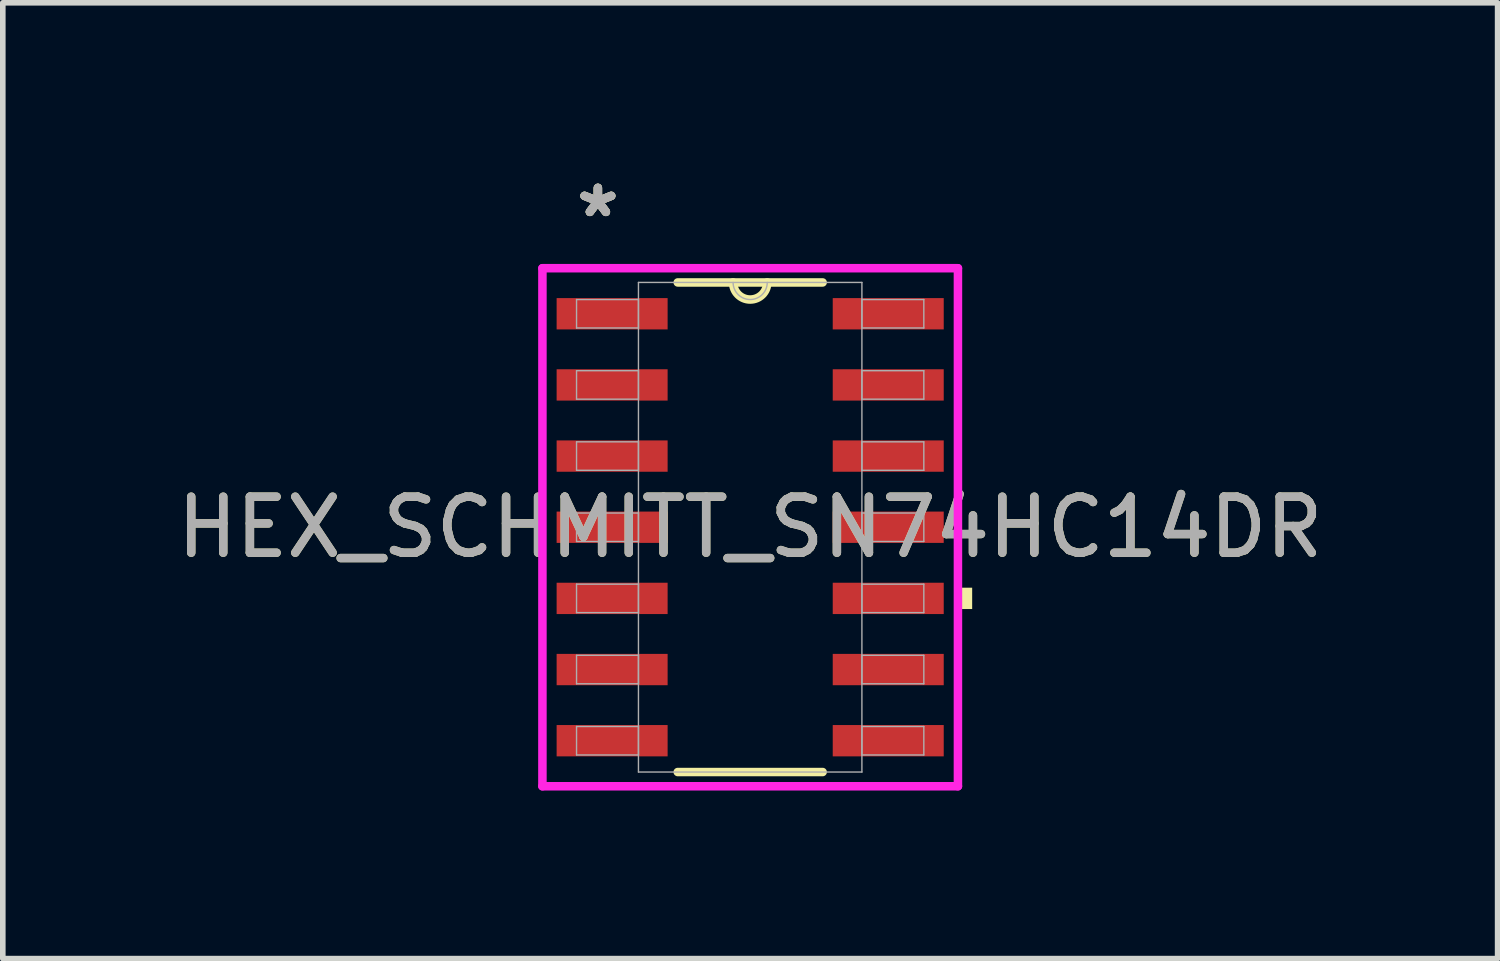
<source format=kicad_pcb>
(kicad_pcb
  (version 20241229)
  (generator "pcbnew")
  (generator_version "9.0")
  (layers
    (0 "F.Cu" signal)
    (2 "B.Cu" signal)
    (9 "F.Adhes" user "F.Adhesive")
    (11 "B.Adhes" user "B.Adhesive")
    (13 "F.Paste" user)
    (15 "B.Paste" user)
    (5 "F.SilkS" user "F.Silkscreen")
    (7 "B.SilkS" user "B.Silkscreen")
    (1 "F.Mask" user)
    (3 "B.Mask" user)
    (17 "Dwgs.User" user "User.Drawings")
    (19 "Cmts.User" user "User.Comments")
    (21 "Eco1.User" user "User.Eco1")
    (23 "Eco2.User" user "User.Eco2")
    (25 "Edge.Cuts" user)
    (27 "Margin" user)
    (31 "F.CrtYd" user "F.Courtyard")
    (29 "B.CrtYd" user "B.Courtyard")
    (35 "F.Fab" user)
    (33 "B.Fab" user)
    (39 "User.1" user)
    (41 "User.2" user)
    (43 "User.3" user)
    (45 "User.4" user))
  (footprint "HEX_SCHMITT_SN74HC14DR"
    (layer "F.Cu")
    (at 10.339 6.36)
    (property "Reference" "HEX_SCHMITT_SN74HC14DR" (at 0 0 0) (unlocked yes) (layer "F.SilkS") (effects (font (size 1 1) (thickness 0.15))))
    (attr smd)
    (fp_line (start -1.293 4.369) (end 1.293 4.369) (stroke (width 0.152) (type solid)) (layer "F.SilkS"))
    (fp_line (start 1.293 -4.369) (end -1.293 -4.369) (stroke (width 0.152) (type solid)) (layer "F.SilkS"))
    (fp_arc (start 0.3048 -4.3688) (mid 0 -4.064) (end -0.3048 -4.3688) (stroke (width 0.1524) (type solid)) (layer "F.SilkS"))
    (fp_poly (pts (xy 3.962 1.079) (xy 3.962 1.46) (xy 3.708 1.46) (xy 3.708 1.079)) (stroke (width 0) (type solid)) (fill yes) (layer "F.SilkS"))
    (fp_line (start -3.708 -4.623) (end 3.708 -4.623) (stroke (width 0.152) (type solid)) (layer "F.CrtYd"))
    (fp_line (start -3.708 4.623) (end -3.708 -4.623) (stroke (width 0.152) (type solid)) (layer "F.CrtYd"))
    (fp_line (start 3.708 -4.623) (end 3.708 4.623) (stroke (width 0.152) (type solid)) (layer "F.CrtYd"))
    (fp_line (start 3.708 4.623) (end -3.708 4.623) (stroke (width 0.152) (type solid)) (layer "F.CrtYd"))
    (fp_line (start -3.099 -4.064) (end -3.099 -3.556) (stroke (width 0.025) (type solid)) (layer "F.Fab"))
    (fp_line (start -3.099 -3.556) (end -1.994 -3.556) (stroke (width 0.025) (type solid)) (layer "F.Fab"))
    (fp_line (start -3.099 -2.794) (end -3.099 -2.286) (stroke (width 0.025) (type solid)) (layer "F.Fab"))
    (fp_line (start -3.099 -2.286) (end -1.994 -2.286) (stroke (width 0.025) (type solid)) (layer "F.Fab"))
    (fp_line (start -3.099 -1.524) (end -3.099 -1.016) (stroke (width 0.025) (type solid)) (layer "F.Fab"))
    (fp_line (start -3.099 -1.016) (end -1.994 -1.016) (stroke (width 0.025) (type solid)) (layer "F.Fab"))
    (fp_line (start -3.099 -0.254) (end -3.099 0.254) (stroke (width 0.025) (type solid)) (layer "F.Fab"))
    (fp_line (start -3.099 0.254) (end -1.994 0.254) (stroke (width 0.025) (type solid)) (layer "F.Fab"))
    (fp_line (start -3.099 1.016) (end -3.099 1.524) (stroke (width 0.025) (type solid)) (layer "F.Fab"))
    (fp_line (start -3.099 1.524) (end -1.994 1.524) (stroke (width 0.025) (type solid)) (layer "F.Fab"))
    (fp_line (start -3.099 2.286) (end -3.099 2.794) (stroke (width 0.025) (type solid)) (layer "F.Fab"))
    (fp_line (start -3.099 2.794) (end -1.994 2.794) (stroke (width 0.025) (type solid)) (layer "F.Fab"))
    (fp_line (start -3.099 3.556) (end -3.099 4.064) (stroke (width 0.025) (type solid)) (layer "F.Fab"))
    (fp_line (start -3.099 4.064) (end -1.994 4.064) (stroke (width 0.025) (type solid)) (layer "F.Fab"))
    (fp_line (start -1.994 -4.369) (end -1.994 4.369) (stroke (width 0.025) (type solid)) (layer "F.Fab"))
    (fp_line (start -1.994 -4.064) (end -3.099 -4.064) (stroke (width 0.025) (type solid)) (layer "F.Fab"))
    (fp_line (start -1.994 -3.556) (end -1.994 -4.064) (stroke (width 0.025) (type solid)) (layer "F.Fab"))
    (fp_line (start -1.994 -2.794) (end -3.099 -2.794) (stroke (width 0.025) (type solid)) (layer "F.Fab"))
    (fp_line (start -1.994 -2.286) (end -1.994 -2.794) (stroke (width 0.025) (type solid)) (layer "F.Fab"))
    (fp_line (start -1.994 -1.524) (end -3.099 -1.524) (stroke (width 0.025) (type solid)) (layer "F.Fab"))
    (fp_line (start -1.994 -1.016) (end -1.994 -1.524) (stroke (width 0.025) (type solid)) (layer "F.Fab"))
    (fp_line (start -1.994 -0.254) (end -3.099 -0.254) (stroke (width 0.025) (type solid)) (layer "F.Fab"))
    (fp_line (start -1.994 0.254) (end -1.994 -0.254) (stroke (width 0.025) (type solid)) (layer "F.Fab"))
    (fp_line (start -1.994 1.016) (end -3.099 1.016) (stroke (width 0.025) (type solid)) (layer "F.Fab"))
    (fp_line (start -1.994 1.524) (end -1.994 1.016) (stroke (width 0.025) (type solid)) (layer "F.Fab"))
    (fp_line (start -1.994 2.286) (end -3.099 2.286) (stroke (width 0.025) (type solid)) (layer "F.Fab"))
    (fp_line (start -1.994 2.794) (end -1.994 2.286) (stroke (width 0.025) (type solid)) (layer "F.Fab"))
    (fp_line (start -1.994 3.556) (end -3.099 3.556) (stroke (width 0.025) (type solid)) (layer "F.Fab"))
    (fp_line (start -1.994 4.064) (end -1.994 3.556) (stroke (width 0.025) (type solid)) (layer "F.Fab"))
    (fp_line (start -1.994 4.369) (end 1.994 4.369) (stroke (width 0.025) (type solid)) (layer "F.Fab"))
    (fp_line (start 1.994 -4.369) (end -1.994 -4.369) (stroke (width 0.025) (type solid)) (layer "F.Fab"))
    (fp_line (start 1.994 -4.064) (end 1.994 -3.556) (stroke (width 0.025) (type solid)) (layer "F.Fab"))
    (fp_line (start 1.994 -3.556) (end 3.099 -3.556) (stroke (width 0.025) (type solid)) (layer "F.Fab"))
    (fp_line (start 1.994 -2.794) (end 1.994 -2.286) (stroke (width 0.025) (type solid)) (layer "F.Fab"))
    (fp_line (start 1.994 -2.286) (end 3.099 -2.286) (stroke (width 0.025) (type solid)) (layer "F.Fab"))
    (fp_line (start 1.994 -1.524) (end 1.994 -1.016) (stroke (width 0.025) (type solid)) (layer "F.Fab"))
    (fp_line (start 1.994 -1.016) (end 3.099 -1.016) (stroke (width 0.025) (type solid)) (layer "F.Fab"))
    (fp_line (start 1.994 -0.254) (end 1.994 0.254) (stroke (width 0.025) (type solid)) (layer "F.Fab"))
    (fp_line (start 1.994 0.254) (end 3.099 0.254) (stroke (width 0.025) (type solid)) (layer "F.Fab"))
    (fp_line (start 1.994 1.016) (end 1.994 1.524) (stroke (width 0.025) (type solid)) (layer "F.Fab"))
    (fp_line (start 1.994 1.524) (end 3.099 1.524) (stroke (width 0.025) (type solid)) (layer "F.Fab"))
    (fp_line (start 1.994 2.286) (end 1.994 2.794) (stroke (width 0.025) (type solid)) (layer "F.Fab"))
    (fp_line (start 1.994 2.794) (end 3.099 2.794) (stroke (width 0.025) (type solid)) (layer "F.Fab"))
    (fp_line (start 1.994 3.556) (end 1.994 4.064) (stroke (width 0.025) (type solid)) (layer "F.Fab"))
    (fp_line (start 1.994 4.064) (end 3.099 4.064) (stroke (width 0.025) (type solid)) (layer "F.Fab"))
    (fp_line (start 1.994 4.369) (end 1.994 -4.369) (stroke (width 0.025) (type solid)) (layer "F.Fab"))
    (fp_line (start 3.099 -4.064) (end 1.994 -4.064) (stroke (width 0.025) (type solid)) (layer "F.Fab"))
    (fp_line (start 3.099 -3.556) (end 3.099 -4.064) (stroke (width 0.025) (type solid)) (layer "F.Fab"))
    (fp_line (start 3.099 -2.794) (end 1.994 -2.794) (stroke (width 0.025) (type solid)) (layer "F.Fab"))
    (fp_line (start 3.099 -2.286) (end 3.099 -2.794) (stroke (width 0.025) (type solid)) (layer "F.Fab"))
    (fp_line (start 3.099 -1.524) (end 1.994 -1.524) (stroke (width 0.025) (type solid)) (layer "F.Fab"))
    (fp_line (start 3.099 -1.016) (end 3.099 -1.524) (stroke (width 0.025) (type solid)) (layer "F.Fab"))
    (fp_line (start 3.099 -0.254) (end 1.994 -0.254) (stroke (width 0.025) (type solid)) (layer "F.Fab"))
    (fp_line (start 3.099 0.254) (end 3.099 -0.254) (stroke (width 0.025) (type solid)) (layer "F.Fab"))
    (fp_line (start 3.099 1.016) (end 1.994 1.016) (stroke (width 0.025) (type solid)) (layer "F.Fab"))
    (fp_line (start 3.099 1.524) (end 3.099 1.016) (stroke (width 0.025) (type solid)) (layer "F.Fab"))
    (fp_line (start 3.099 2.286) (end 1.994 2.286) (stroke (width 0.025) (type solid)) (layer "F.Fab"))
    (fp_line (start 3.099 2.794) (end 3.099 2.286) (stroke (width 0.025) (type solid)) (layer "F.Fab"))
    (fp_line (start 3.099 3.556) (end 1.994 3.556) (stroke (width 0.025) (type solid)) (layer "F.Fab"))
    (fp_line (start 3.099 4.064) (end 3.099 3.556) (stroke (width 0.025) (type solid)) (layer "F.Fab"))
    (fp_arc (start 0.3048 -4.3688) (mid 0 -4.064) (end -0.3048 -4.3688) (stroke (width 0.0254) (type solid)) (layer "F.Fab"))
    (fp_text user "*" (at -2.718 -5.512 0) (unlocked yes) (layer "F.SilkS") (effects (font (size 1 1) (thickness 0.15))))
    (fp_text user "*" (at -2.718 -5.512 0) (layer "F.SilkS") (effects (font (size 1 1) (thickness 0.15))))
    (fp_text user "*" (at -2.718 -5.512 0) (layer "F.Fab") (effects (font (size 1 1) (thickness 0.15))))
    (fp_text user "*" (at -2.718 -5.512 0) (unlocked yes) (layer "F.Fab") (effects (font (size 1 1) (thickness 0.15))))
    (fp_text user "${REFERENCE}" (at 0 0 0) (unlocked yes) (layer "F.Fab") (effects (font (size 1 1) (thickness 0.15))))
    (pad "1" smd rect (at -2.464 -3.81) (size 1.981 0.559) (layers "F.Cu" "F.Mask" "F.Paste"))
    (pad "2" smd rect (at -2.464 -2.54) (size 1.981 0.559) (layers "F.Cu" "F.Mask" "F.Paste"))
    (pad "3" smd rect (at -2.464 -1.27) (size 1.981 0.559) (layers "F.Cu" "F.Mask" "F.Paste"))
    (pad "4" smd rect (at -2.464 0) (size 1.981 0.559) (layers "F.Cu" "F.Mask" "F.Paste"))
    (pad "5" smd rect (at -2.464 1.27) (size 1.981 0.559) (layers "F.Cu" "F.Mask" "F.Paste"))
    (pad "6" smd rect (at -2.464 2.54) (size 1.981 0.559) (layers "F.Cu" "F.Mask" "F.Paste"))
    (pad "7" smd rect (at -2.464 3.81) (size 1.981 0.559) (layers "F.Cu" "F.Mask" "F.Paste"))
    (pad "8" smd rect (at 2.464 3.81) (size 1.981 0.559) (layers "F.Cu" "F.Mask" "F.Paste"))
    (pad "9" smd rect (at 2.464 2.54) (size 1.981 0.559) (layers "F.Cu" "F.Mask" "F.Paste"))
    (pad "10" smd rect (at 2.464 1.27) (size 1.981 0.559) (layers "F.Cu" "F.Mask" "F.Paste"))
    (pad "11" smd rect (at 2.464 0) (size 1.981 0.559) (layers "F.Cu" "F.Mask" "F.Paste"))
    (pad "12" smd rect (at 2.464 -1.27) (size 1.981 0.559) (layers "F.Cu" "F.Mask" "F.Paste"))
    (pad "13" smd rect (at 2.464 -2.54) (size 1.981 0.559) (layers "F.Cu" "F.Mask" "F.Paste"))
    (pad "14" smd rect (at 2.464 -3.81) (size 1.981 0.559) (layers "F.Cu" "F.Mask" "F.Paste")))
  (gr_rect
    (start -3 -3)
    (end 23.679 14.059)
    (stroke (width 0.1) (type default))
    (fill no)
    (layer "Edge.Cuts")))
</source>
